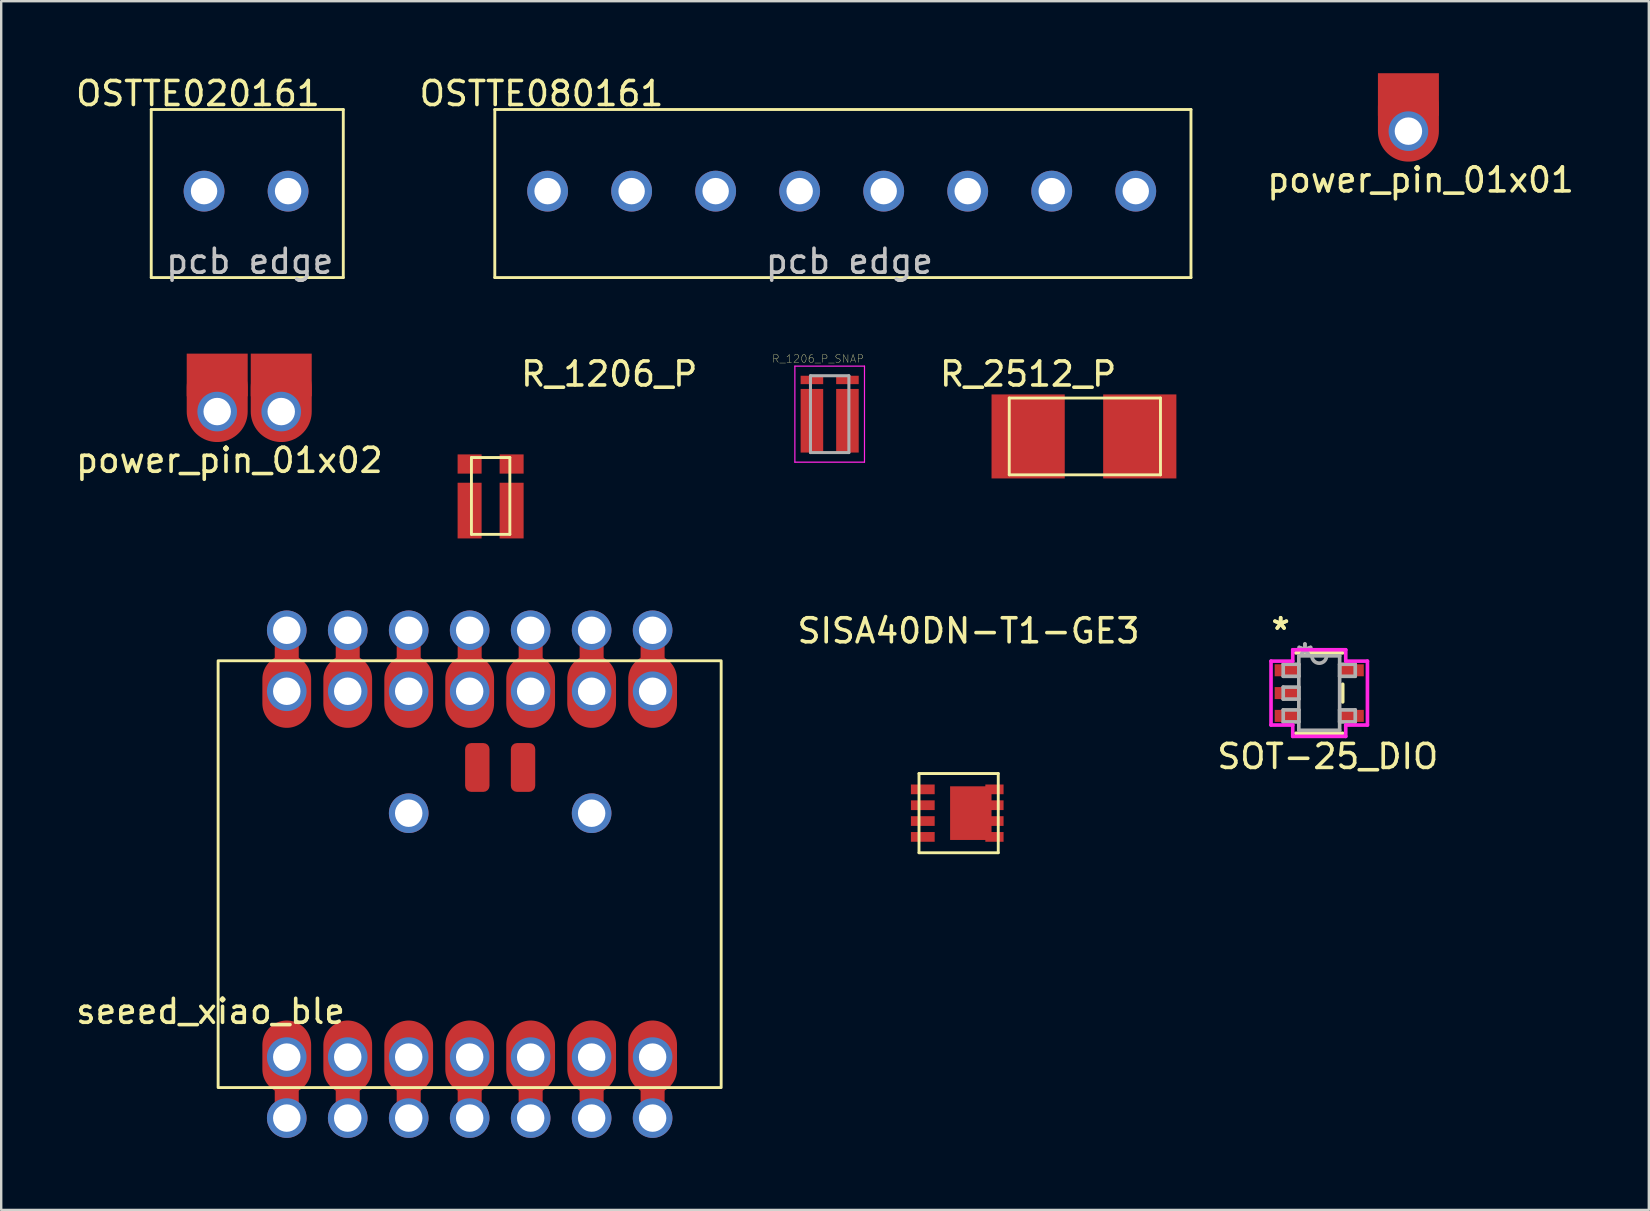
<source format=kicad_pcb>
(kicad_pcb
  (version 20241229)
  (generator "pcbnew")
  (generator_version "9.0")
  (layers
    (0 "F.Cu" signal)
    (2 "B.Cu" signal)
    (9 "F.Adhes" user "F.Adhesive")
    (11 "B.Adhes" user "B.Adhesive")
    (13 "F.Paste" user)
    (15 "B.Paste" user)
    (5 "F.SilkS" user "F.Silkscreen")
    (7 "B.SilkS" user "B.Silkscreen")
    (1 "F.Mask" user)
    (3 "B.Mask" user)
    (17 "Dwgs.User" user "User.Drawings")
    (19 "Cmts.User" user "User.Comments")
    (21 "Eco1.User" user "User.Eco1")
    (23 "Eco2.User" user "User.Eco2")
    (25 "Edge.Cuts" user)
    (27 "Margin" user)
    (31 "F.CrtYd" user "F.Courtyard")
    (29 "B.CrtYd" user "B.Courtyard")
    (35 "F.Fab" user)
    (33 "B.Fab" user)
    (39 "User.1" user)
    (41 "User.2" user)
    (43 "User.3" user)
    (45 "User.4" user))
  (footprint "power_pin_01x01"
    (layer "F.Cu")
    (at 55.619 1.905)
    (property "Reference" "power_pin_01x01" (at 0.508 2.54 180) (layer "F.SilkS") (effects (font (size 1 1) (thickness 0.15))))
    (attr through_hole)
    (pad "1" smd rect (at 0 -1.016) (size 2.54 1.778) (layers "F.Cu" "F.Mask" "F.Paste"))
    (pad "1" smd oval (at 0 0) (size 2.54 3.556) (layers "F.Cu" "F.Mask" "F.Paste"))
    (pad "1" thru_hole circle (at 0 0.508) (size 1.651 1.651) (drill 1.143) (layers "*.Cu" "*.Mask")))
  (footprint "R_1206_P_SNAP"
    (layer "F.Cu")
    (at 31.511 14.202)
    (property "Reference" "R_1206_P_SNAP" (at -0.485 -2.307 0) (layer "F.SilkS") (effects (font (size 0.321 0.321) (thickness 0.015))))
    (attr through_hole)
    (fp_line (start 0.82 -1.05) (end 0.82 -1.04) (stroke (width 0.01) (type solid)) (layer "Dwgs.User"))
    (fp_line (start -1.45 -2) (end 1.45 -2) (stroke (width 0.05) (type solid)) (layer "F.CrtYd"))
    (fp_line (start -1.45 2) (end -1.45 -2) (stroke (width 0.05) (type solid)) (layer "F.CrtYd"))
    (fp_line (start 1.45 -2) (end 1.45 2) (stroke (width 0.05) (type solid)) (layer "F.CrtYd"))
    (fp_line (start 1.45 2) (end -1.45 2) (stroke (width 0.05) (type solid)) (layer "F.CrtYd"))
    (fp_line (start -0.8 -1.6) (end 0.8 -1.6) (stroke (width 0.127) (type solid)) (layer "F.Fab"))
    (fp_line (start -0.8 1.6) (end -0.8 -1.6) (stroke (width 0.127) (type solid)) (layer "F.Fab"))
    (fp_line (start 0.8 -1.6) (end 0.8 1.6) (stroke (width 0.127) (type solid)) (layer "F.Fab"))
    (fp_line (start 0.8 1.6) (end -0.8 1.6) (stroke (width 0.127) (type solid)) (layer "F.Fab"))
    (pad "1" smd rect (at -0.74 0.275) (size 0.94 2.65) (layers "F.Cu" "F.Mask" "F.Paste"))
    (pad "2" smd rect (at 0.74 0.275) (size 0.94 2.65) (layers "F.Cu" "F.Mask" "F.Paste"))
    (pad "3" smd rect (at -0.74 -1.425) (size 0.94 0.35) (layers "F.Cu" "F.Mask" "F.Paste"))
    (pad "4" smd rect (at 0.74 -1.425) (size 0.94 0.35) (layers "F.Cu" "F.Mask" "F.Paste")))
  (footprint "SISA40DN-T1-GE3"
    (layer "F.Cu")
    (at 35.39 29.832)
    (property "Reference" "SISA40DN-T1-GE3" (at 1.905 -6.604 0) (layer "F.SilkS") (effects (font (size 1 1) (thickness 0.15))))
    (attr through_hole)
    (fp_line (start -0.158 -0.66) (end 3.143 -0.66) (stroke (width 0.12) (type solid)) (layer "F.SilkS"))
    (fp_line (start -0.158 2.64) (end -0.158 -0.66) (stroke (width 0.12) (type solid)) (layer "F.SilkS"))
    (fp_line (start -0.158 2.64) (end 3.143 2.64) (stroke (width 0.12) (type solid)) (layer "F.SilkS"))
    (fp_line (start 3.143 -0.66) (end 3.143 2.64) (stroke (width 0.12) (type solid)) (layer "F.SilkS"))
    (pad "1" smd rect (at 0 1.98) (size 0.99 0.405) (layers "F.Cu" "F.Mask" "F.Paste"))
    (pad "2" smd rect (at 0 0) (size 0.99 0.405) (layers "F.Cu" "F.Mask" "F.Paste"))
    (pad "2" smd rect (at 0 0.66) (size 0.99 0.405) (layers "F.Cu" "F.Mask" "F.Paste"))
    (pad "2" smd rect (at 0 1.32) (size 0.99 0.405) (layers "F.Cu" "F.Mask" "F.Paste"))
    (pad "3" smd rect (at 2 0.99) (size 1.725 2.235) (layers "F.Cu" "F.Mask" "F.Paste"))
    (pad "3" smd rect (at 2.985 0) (size 0.76 0.405) (layers "F.Cu" "F.Mask" "F.Paste"))
    (pad "3" smd rect (at 2.985 0.66) (size 0.76 0.405) (layers "F.Cu" "F.Mask" "F.Paste"))
    (pad "3" smd rect (at 2.985 1.32) (size 0.76 0.405) (layers "F.Cu" "F.Mask" "F.Paste"))
    (pad "3" smd rect (at 2.985 1.98) (size 0.76 0.405) (layers "F.Cu" "F.Mask" "F.Paste")))
  (footprint "seeed_xiao_ble"
    (layer "F.Cu")
    (at 8.895 40.985)
    (property "Reference" "seeed_xiao_ble" (at -3.175 -1.905 180) (layer "F.SilkS") (effects (font (size 1 1) (thickness 0.15))))
    (attr through_hole)
    (fp_rect (start -2.859 1.269) (end 18.096 -16.511) (stroke (width 0.12) (type solid)) (fill no) (layer "F.SilkS"))
    (pad "1" thru_hole circle (at 15.24 -17.78) (size 1.651 1.651) (drill 1.143) (layers "*.Cu" "*.Mask"))
    (pad "1" smd roundrect (at 15.24 -16.51) (size 1 3) (layers "F.Cu" "F.Mask" "F.Paste") (roundrect_rratio 0.25))
    (pad "1" thru_hole circle (at 15.24 -15.24) (size 1.651 1.651) (drill 1.143) (layers "*.Cu" "*.Mask"))
    (pad "1" smd oval (at 15.24 -15.24) (size 2.032 3.048) (layers "F.Cu" "F.Mask" "F.Paste"))
    (pad "2" thru_hole circle (at 12.7 -17.78) (size 1.651 1.651) (drill 1.143) (layers "*.Cu" "*.Mask"))
    (pad "2" smd roundrect (at 12.7 -16.51) (size 1 3) (layers "F.Cu" "F.Mask" "F.Paste") (roundrect_rratio 0.25))
    (pad "2" thru_hole circle (at 12.7 -15.24) (size 1.651 1.651) (drill 1.143) (layers "*.Cu" "*.Mask"))
    (pad "2" smd oval (at 12.7 -15.24) (size 2.032 3.048) (layers "F.Cu" "F.Mask" "F.Paste"))
    (pad "3" thru_hole circle (at 10.16 -17.78) (size 1.651 1.651) (drill 1.143) (layers "*.Cu" "*.Mask"))
    (pad "3" smd roundrect (at 10.16 -16.256) (size 1 3) (layers "F.Cu" "F.Mask" "F.Paste") (roundrect_rratio 0.25))
    (pad "3" thru_hole circle (at 10.16 -15.24) (size 1.651 1.651) (drill 1.143) (layers "*.Cu" "*.Mask"))
    (pad "3" smd oval (at 10.16 -15.24) (size 2.032 3.048) (layers "F.Cu" "F.Mask" "F.Paste"))
    (pad "4" thru_hole circle (at 7.62 -17.78) (size 1.651 1.651) (drill 1.143) (layers "*.Cu" "*.Mask"))
    (pad "4" smd roundrect (at 7.62 -16.256) (size 1 3) (layers "F.Cu" "F.Mask" "F.Paste") (roundrect_rratio 0.25))
    (pad "4" thru_hole circle (at 7.62 -15.24) (size 1.651 1.651) (drill 1.143) (layers "*.Cu" "*.Mask"))
    (pad "4" smd oval (at 7.62 -15.24) (size 2.032 3.048) (layers "F.Cu" "F.Mask" "F.Paste"))
    (pad "5" thru_hole circle (at 5.08 -17.78) (size 1.651 1.651) (drill 1.143) (layers "*.Cu" "*.Mask"))
    (pad "5" smd roundrect (at 5.08 -16.256) (size 1 3) (layers "F.Cu" "F.Mask" "F.Paste") (roundrect_rratio 0.25))
    (pad "5" thru_hole circle (at 5.08 -15.24) (size 1.651 1.651) (drill 1.143) (layers "*.Cu" "*.Mask"))
    (pad "5" smd oval (at 5.08 -15.24) (size 2.032 3.048) (layers "F.Cu" "F.Mask" "F.Paste"))
    (pad "6" thru_hole circle (at 2.54 -17.78) (size 1.651 1.651) (drill 1.143) (layers "*.Cu" "*.Mask"))
    (pad "6" smd roundrect (at 2.54 -16.256) (size 1 3) (layers "F.Cu" "F.Mask" "F.Paste") (roundrect_rratio 0.25))
    (pad "6" thru_hole circle (at 2.54 -15.24) (size 1.651 1.651) (drill 1.143) (layers "*.Cu" "*.Mask"))
    (pad "6" smd oval (at 2.54 -15.24) (size 2.032 3.048) (layers "F.Cu" "F.Mask" "F.Paste"))
    (pad "7" thru_hole circle (at 0 -17.78) (size 1.651 1.651) (drill 1.143) (layers "*.Cu" "*.Mask"))
    (pad "7" smd roundrect (at 0 -16.256) (size 1 3) (layers "F.Cu" "F.Mask" "F.Paste") (roundrect_rratio 0.25))
    (pad "7" thru_hole circle (at 0 -15.24) (size 1.651 1.651) (drill 1.143) (layers "*.Cu" "*.Mask"))
    (pad "7" smd oval (at 0 -15.24) (size 2.032 3.048) (layers "F.Cu" "F.Mask" "F.Paste"))
    (pad "8" thru_hole circle (at 0 0) (size 1.651 1.651) (drill 1.143) (layers "*.Cu" "*.Mask"))
    (pad "8" smd oval (at 0 0) (size 2.032 3.048) (layers "F.Cu" "F.Mask" "F.Paste"))
    (pad "8" smd roundrect (at 0 1.016) (size 1 3) (layers "F.Cu" "F.Mask" "F.Paste") (roundrect_rratio 0.25))
    (pad "8" thru_hole circle (at 0 2.54) (size 1.651 1.651) (drill 1.143) (layers "*.Cu" "*.Mask"))
    (pad "9" thru_hole circle (at 2.54 0) (size 1.651 1.651) (drill 1.143) (layers "*.Cu" "*.Mask"))
    (pad "9" smd oval (at 2.54 0) (size 2.032 3.048) (layers "F.Cu" "F.Mask" "F.Paste"))
    (pad "9" smd roundrect (at 2.54 1.016) (size 1 3) (layers "F.Cu" "F.Mask" "F.Paste") (roundrect_rratio 0.25))
    (pad "9" thru_hole circle (at 2.54 2.54) (size 1.651 1.651) (drill 1.143) (layers "*.Cu" "*.Mask"))
    (pad "10" thru_hole circle (at 5.08 0) (size 1.651 1.651) (drill 1.143) (layers "*.Cu" "*.Mask"))
    (pad "10" smd oval (at 5.08 0) (size 2.032 3.048) (layers "F.Cu" "F.Mask" "F.Paste"))
    (pad "10" smd roundrect (at 5.08 1.016) (size 1 3) (layers "F.Cu" "F.Mask" "F.Paste") (roundrect_rratio 0.25))
    (pad "10" thru_hole circle (at 5.08 2.54) (size 1.651 1.651) (drill 1.143) (layers "*.Cu" "*.Mask"))
    (pad "11" thru_hole circle (at 7.62 0) (size 1.651 1.651) (drill 1.143) (layers "*.Cu" "*.Mask"))
    (pad "11" smd oval (at 7.62 0) (size 2.032 3.048) (layers "F.Cu" "F.Mask" "F.Paste"))
    (pad "11" smd roundrect (at 7.62 1.016) (size 1 3) (layers "F.Cu" "F.Mask" "F.Paste") (roundrect_rratio 0.25))
    (pad "11" thru_hole circle (at 7.62 2.54) (size 1.651 1.651) (drill 1.143) (layers "*.Cu" "*.Mask"))
    (pad "12" thru_hole circle (at 10.16 0) (size 1.651 1.651) (drill 1.143) (layers "*.Cu" "*.Mask"))
    (pad "12" smd oval (at 10.16 0) (size 2.032 3.048) (layers "F.Cu" "F.Mask" "F.Paste"))
    (pad "12" smd roundrect (at 10.16 1.016) (size 1 3) (layers "F.Cu" "F.Mask" "F.Paste") (roundrect_rratio 0.25))
    (pad "12" thru_hole circle (at 10.16 2.54) (size 1.651 1.651) (drill 1.143) (layers "*.Cu" "*.Mask"))
    (pad "13" thru_hole circle (at 12.7 0) (size 1.651 1.651) (drill 1.143) (layers "*.Cu" "*.Mask"))
    (pad "13" smd oval (at 12.7 0) (size 2.032 3.048) (layers "F.Cu" "F.Mask" "F.Paste"))
    (pad "13" smd roundrect (at 12.7 1.016) (size 1 3) (layers "F.Cu" "F.Mask" "F.Paste") (roundrect_rratio 0.25))
    (pad "13" thru_hole circle (at 12.7 2.54) (size 1.651 1.651) (drill 1.143) (layers "*.Cu" "*.Mask"))
    (pad "14" thru_hole circle (at 15.24 0) (size 1.651 1.651) (drill 1.143) (layers "*.Cu" "*.Mask"))
    (pad "14" smd oval (at 15.24 0) (size 2.032 3.048) (layers "F.Cu" "F.Mask" "F.Paste"))
    (pad "14" smd roundrect (at 15.24 1.016) (size 1 3) (layers "F.Cu" "F.Mask" "F.Paste") (roundrect_rratio 0.25))
    (pad "14" thru_hole circle (at 15.24 2.54) (size 1.651 1.651) (drill 1.143) (layers "*.Cu" "*.Mask"))
    (pad "15" thru_hole circle (at 5.08 -10.16) (size 1.651 1.651) (drill 1.143) (layers "*.Cu" "*.Mask"))
    (pad "15" smd roundrect (at 7.938 -12.065) (size 1.016 2.032) (layers "F.Cu" "F.Mask" "F.Paste") (roundrect_rratio 0.25))
    (pad "16" smd roundrect (at 9.843 -12.065) (size 1.016 2.032) (layers "F.Cu" "F.Mask" "F.Paste") (roundrect_rratio 0.25))
    (pad "16" thru_hole circle (at 12.7 -10.16) (size 1.651 1.651) (drill 1.143) (layers "*.Cu" "*.Mask")))
  (footprint "OSTTE080161"
    (layer "F.Cu")
    (at 19.761 4.912)
    (property "Reference" "OSTTE080161" (at -0.254 -4.064 0) (layer "F.SilkS") (effects (font (size 1 1) (thickness 0.15))))
    (attr through_hole)
    (fp_line (start -2.2 -3.4) (end 26.8 -3.4) (stroke (width 0.12) (type solid)) (layer "F.SilkS"))
    (fp_line (start -2.2 3.6) (end -2.2 -3.4) (stroke (width 0.12) (type solid)) (layer "F.SilkS"))
    (fp_line (start -2.2 3.6) (end 26.8 3.6) (stroke (width 0.12) (type solid)) (layer "F.SilkS"))
    (fp_line (start 26.8 -3.4) (end 26.8 3.6) (stroke (width 0.12) (type solid)) (layer "F.SilkS"))
    (fp_text user "pcb edge" (at 12.573 2.921 0) (layer "Dwgs.User") (effects (font (size 1 1) (thickness 0.15))))
    (pad "1" thru_hole circle (at 0 0 180) (size 1.7 1.7) (drill 1.1) (layers "*.Cu" "*.Mask"))
    (pad "2" thru_hole circle (at 3.5 0 180) (size 1.7 1.7) (drill 1.1) (layers "*.Cu" "*.Mask"))
    (pad "3" thru_hole circle (at 7 0 180) (size 1.7 1.7) (drill 1.1) (layers "*.Cu" "*.Mask"))
    (pad "4" thru_hole circle (at 10.5 0 180) (size 1.7 1.7) (drill 1.1) (layers "*.Cu" "*.Mask"))
    (pad "5" thru_hole circle (at 14 0 180) (size 1.7 1.7) (drill 1.1) (layers "*.Cu" "*.Mask"))
    (pad "6" thru_hole circle (at 17.5 0 180) (size 1.7 1.7) (drill 1.1) (layers "*.Cu" "*.Mask"))
    (pad "7" thru_hole circle (at 21 0 180) (size 1.7 1.7) (drill 1.1) (layers "*.Cu" "*.Mask"))
    (pad "8" thru_hole circle (at 24.5 0 180) (size 1.7 1.7) (drill 1.1) (layers "*.Cu" "*.Mask")))
  (footprint "power_pin_01x02"
    (layer "F.Cu")
    (at 5.998 13.586)
    (property "Reference" "power_pin_01x02" (at 0.508 2.54 180) (layer "F.SilkS") (effects (font (size 1 1) (thickness 0.15))))
    (attr through_hole)
    (pad "1" smd rect (at 0 -1.016) (size 2.54 1.778) (layers "F.Cu" "F.Mask" "F.Paste"))
    (pad "1" smd oval (at 0 0) (size 2.54 3.556) (layers "F.Cu" "F.Mask" "F.Paste"))
    (pad "1" thru_hole circle (at 0 0.508) (size 1.651 1.651) (drill 1.143) (layers "*.Cu" "*.Mask"))
    (pad "1" smd rect (at 2.667 -1.016) (size 2.54 1.778) (layers "F.Cu" "F.Mask" "F.Paste"))
    (pad "1" smd oval (at 2.667 0) (size 2.54 3.556) (layers "F.Cu" "F.Mask" "F.Paste"))
    (pad "1" thru_hole circle (at 2.667 0.508) (size 1.651 1.651) (drill 1.143) (layers "*.Cu" "*.Mask")))
  (footprint "R_1206_P"
    (layer "F.Cu")
    (at 16.512 18.219)
    (property "Reference" "R_1206_P" (at 5.817 -5.69 0) (layer "F.SilkS") (effects (font (size 1 1) (thickness 0.15))))
    (attr through_hole)
    (fp_line (start 0.076 -2.21) (end 1.676 -2.21) (stroke (width 0.12) (type solid)) (layer "F.SilkS"))
    (fp_line (start 0.076 0.99) (end 0.076 -2.21) (stroke (width 0.12) (type solid)) (layer "F.SilkS"))
    (fp_line (start 0.076 0.99) (end 1.676 0.99) (stroke (width 0.12) (type solid)) (layer "F.SilkS"))
    (fp_line (start 1.676 0.99) (end 1.676 -2.21) (stroke (width 0.12) (type solid)) (layer "F.SilkS"))
    (pad "1" smd rect (at 0 0) (size 1 2.32) (layers "F.Cu" "F.Mask" "F.Paste"))
    (pad "2" smd rect (at 1.75 0) (size 1 2.32) (layers "F.Cu" "F.Mask" "F.Paste"))
    (pad "3" smd rect (at 0 -1.94) (size 1 0.8) (layers "F.Cu" "F.Mask" "F.Paste"))
    (pad "4" smd rect (at 1.75 -1.94) (size 1 0.8) (layers "F.Cu" "F.Mask" "F.Paste")))
  (footprint "OSTTE020161"
    (layer "F.Cu")
    (at 5.45 4.912)
    (property "Reference" "OSTTE020161" (at -0.254 -4.064 0) (layer "F.SilkS") (effects (font (size 1 1) (thickness 0.15))))
    (attr through_hole)
    (fp_line (start -2.2 -3.4) (end 5.8 -3.4) (stroke (width 0.12) (type solid)) (layer "F.SilkS"))
    (fp_line (start -2.2 3.6) (end -2.2 -3.4) (stroke (width 0.12) (type solid)) (layer "F.SilkS"))
    (fp_line (start 5.8 -3.4) (end 5.8 3.6) (stroke (width 0.12) (type solid)) (layer "F.SilkS"))
    (fp_line (start 5.8 3.6) (end -2.2 3.6) (stroke (width 0.12) (type solid)) (layer "F.SilkS"))
    (fp_text user "pcb edge" (at 1.905 2.921 0) (layer "Dwgs.User") (effects (font (size 1 1) (thickness 0.15))))
    (pad "1" thru_hole circle (at 0 0 180) (size 1.7 1.7) (drill 1.1) (layers "*.Cu" "*.Mask"))
    (pad "2" thru_hole circle (at 3.5 0 180) (size 1.7 1.7) (drill 1.1) (layers "*.Cu" "*.Mask")))
  (footprint "R_2512_P"
    (layer "F.Cu")
    (at 39.778 15.13)
    (property "Reference" "R_2512_P" (at 0 -2.6 0) (layer "F.SilkS") (effects (font (size 1 1) (thickness 0.15))))
    (attr smd)
    (fp_line (start -0.787 -1.6) (end 5.513 -1.6) (stroke (width 0.12) (type solid)) (layer "F.SilkS"))
    (fp_line (start -0.787 1.6) (end -0.787 -1.6) (stroke (width 0.12) (type solid)) (layer "F.SilkS"))
    (fp_line (start -0.787 1.6) (end 5.513 1.6) (stroke (width 0.12) (type solid)) (layer "F.SilkS"))
    (fp_line (start 5.513 1.6) (end 5.513 -1.6) (stroke (width 0.12) (type solid)) (layer "F.SilkS"))
    (pad "1" smd rect (at 0 0) (size 3.05 3.5) (layers "F.Cu" "F.Mask" "F.Paste"))
    (pad "2" smd rect (at 4.65 0) (size 3.05 3.5) (layers "F.Cu" "F.Mask" "F.Paste")))
  (footprint "SOT-25_DIO"
    (layer "F.Cu")
    (at 51.904 25.821)
    (property "Reference" "SOT-25_DIO" (at 0.356 2.642 0) (layer "F.SilkS") (effects (font (size 1 1) (thickness 0.15))))
    (attr through_hole)
    (fp_line (start -0.977 1.677) (end 0.977 1.677) (stroke (width 0.152) (type solid)) (layer "F.SilkS"))
    (fp_line (start 0.977 -1.677) (end -0.977 -1.677) (stroke (width 0.152) (type solid)) (layer "F.SilkS"))
    (fp_line (start 0.977 0.367) (end 0.977 -0.367) (stroke (width 0.152) (type solid)) (layer "F.SilkS"))
    (fp_line (start -2.008 -1.331) (end -1.104 -1.331) (stroke (width 0.152) (type solid)) (layer "F.CrtYd"))
    (fp_line (start -2.008 1.331) (end -2.008 -1.331) (stroke (width 0.152) (type solid)) (layer "F.CrtYd"))
    (fp_line (start -1.104 -1.804) (end 1.104 -1.804) (stroke (width 0.152) (type solid)) (layer "F.CrtYd"))
    (fp_line (start -1.104 -1.331) (end -1.104 -1.804) (stroke (width 0.152) (type solid)) (layer "F.CrtYd"))
    (fp_line (start -1.104 1.331) (end -2.008 1.331) (stroke (width 0.152) (type solid)) (layer "F.CrtYd"))
    (fp_line (start -1.104 1.804) (end -1.104 1.331) (stroke (width 0.152) (type solid)) (layer "F.CrtYd"))
    (fp_line (start 1.104 -1.804) (end 1.104 -1.331) (stroke (width 0.152) (type solid)) (layer "F.CrtYd"))
    (fp_line (start 1.104 -1.331) (end 2.008 -1.331) (stroke (width 0.152) (type solid)) (layer "F.CrtYd"))
    (fp_line (start 1.104 1.331) (end 1.104 1.804) (stroke (width 0.152) (type solid)) (layer "F.CrtYd"))
    (fp_line (start 1.104 1.804) (end -1.104 1.804) (stroke (width 0.152) (type solid)) (layer "F.CrtYd"))
    (fp_line (start 2.008 -1.331) (end 2.008 1.331) (stroke (width 0.152) (type solid)) (layer "F.CrtYd"))
    (fp_line (start 2.008 1.331) (end 1.104 1.331) (stroke (width 0.152) (type solid)) (layer "F.CrtYd"))
    (fp_line (start -1.5 -1.2) (end -1.5 -0.7) (stroke (width 0.152) (type solid)) (layer "F.Fab"))
    (fp_line (start -1.5 -0.7) (end -0.85 -0.7) (stroke (width 0.152) (type solid)) (layer "F.Fab"))
    (fp_line (start -1.5 -0.25) (end -1.5 0.25) (stroke (width 0.152) (type solid)) (layer "F.Fab"))
    (fp_line (start -1.5 0.25) (end -0.85 0.25) (stroke (width 0.152) (type solid)) (layer "F.Fab"))
    (fp_line (start -1.5 0.7) (end -1.5 1.2) (stroke (width 0.152) (type solid)) (layer "F.Fab"))
    (fp_line (start -1.5 1.2) (end -0.85 1.2) (stroke (width 0.152) (type solid)) (layer "F.Fab"))
    (fp_line (start -0.85 -1.55) (end -0.85 1.55) (stroke (width 0.152) (type solid)) (layer "F.Fab"))
    (fp_line (start -0.85 -1.2) (end -1.5 -1.2) (stroke (width 0.152) (type solid)) (layer "F.Fab"))
    (fp_line (start -0.85 -0.7) (end -0.85 -1.2) (stroke (width 0.152) (type solid)) (layer "F.Fab"))
    (fp_line (start -0.85 -0.25) (end -1.5 -0.25) (stroke (width 0.152) (type solid)) (layer "F.Fab"))
    (fp_line (start -0.85 0.25) (end -0.85 -0.25) (stroke (width 0.152) (type solid)) (layer "F.Fab"))
    (fp_line (start -0.85 0.7) (end -1.5 0.7) (stroke (width 0.152) (type solid)) (layer "F.Fab"))
    (fp_line (start -0.85 1.2) (end -0.85 0.7) (stroke (width 0.152) (type solid)) (layer "F.Fab"))
    (fp_line (start -0.85 1.55) (end 0.85 1.55) (stroke (width 0.152) (type solid)) (layer "F.Fab"))
    (fp_line (start 0.85 -1.55) (end -0.85 -1.55) (stroke (width 0.152) (type solid)) (layer "F.Fab"))
    (fp_line (start 0.85 -1.2) (end 0.85 -0.7) (stroke (width 0.152) (type solid)) (layer "F.Fab"))
    (fp_line (start 0.85 -0.7) (end 1.5 -0.7) (stroke (width 0.152) (type solid)) (layer "F.Fab"))
    (fp_line (start 0.85 0.7) (end 0.85 1.2) (stroke (width 0.152) (type solid)) (layer "F.Fab"))
    (fp_line (start 0.85 1.2) (end 1.5 1.2) (stroke (width 0.152) (type solid)) (layer "F.Fab"))
    (fp_line (start 0.85 1.55) (end 0.85 -1.55) (stroke (width 0.152) (type solid)) (layer "F.Fab"))
    (fp_line (start 1.5 -1.2) (end 0.85 -1.2) (stroke (width 0.152) (type solid)) (layer "F.Fab"))
    (fp_line (start 1.5 -0.7) (end 1.5 -1.2) (stroke (width 0.152) (type solid)) (layer "F.Fab"))
    (fp_line (start 1.5 0.7) (end 0.85 0.7) (stroke (width 0.152) (type solid)) (layer "F.Fab"))
    (fp_line (start 1.5 1.2) (end 1.5 0.7) (stroke (width 0.152) (type solid)) (layer "F.Fab"))
    (fp_arc (start 0.3048 -1.549999) (mid 0 -1.245199) (end -0.3048 -1.549999) (stroke (width 0.1524) (type solid)) (layer "F.Fab"))
    (fp_text user "*" (at -1.607 -2.593 0) (layer "F.SilkS") (effects (font (size 1 1) (thickness 0.15))))
    (fp_text user "*" (at -1.607 -2.593 0) (layer "F.SilkS") (effects (font (size 1 1) (thickness 0.15))))
    (fp_text user "Copyright 2016 Accelerated Designs. All rights reserved." (at 0 0 0) (layer "Cmts.User") (effects (font (size 0.127 0.127) (thickness 0.002))))
    (fp_text user "*" (at -0.596 -1.501 0) (layer "F.Fab") (effects (font (size 1 1) (thickness 0.15))))
    (fp_text user "*" (at -0.596 -1.501 0) (layer "F.Fab") (effects (font (size 1 1) (thickness 0.15))))
    (pad "1" smd rect (at -1.353 -0.95) (size 1.006 0.5) (layers "F.Cu" "F.Mask" "F.Paste"))
    (pad "2" smd rect (at -1.353 0) (size 1.006 0.5) (layers "F.Cu" "F.Mask" "F.Paste"))
    (pad "3" smd rect (at -1.353 0.95) (size 1.006 0.5) (layers "F.Cu" "F.Mask" "F.Paste"))
    (pad "4" smd rect (at 1.353 0.95) (size 1.006 0.5) (layers "F.Cu" "F.Mask" "F.Paste"))
    (pad "5" smd rect (at 1.353 -0.95) (size 1.006 0.5) (layers "F.Cu" "F.Mask" "F.Paste")))
  (gr_rect
    (start -3 -3)
    (end 65.633 47.35)
    (stroke (width 0.1) (type default))
    (fill no)
    (layer "Edge.Cuts")))
</source>
